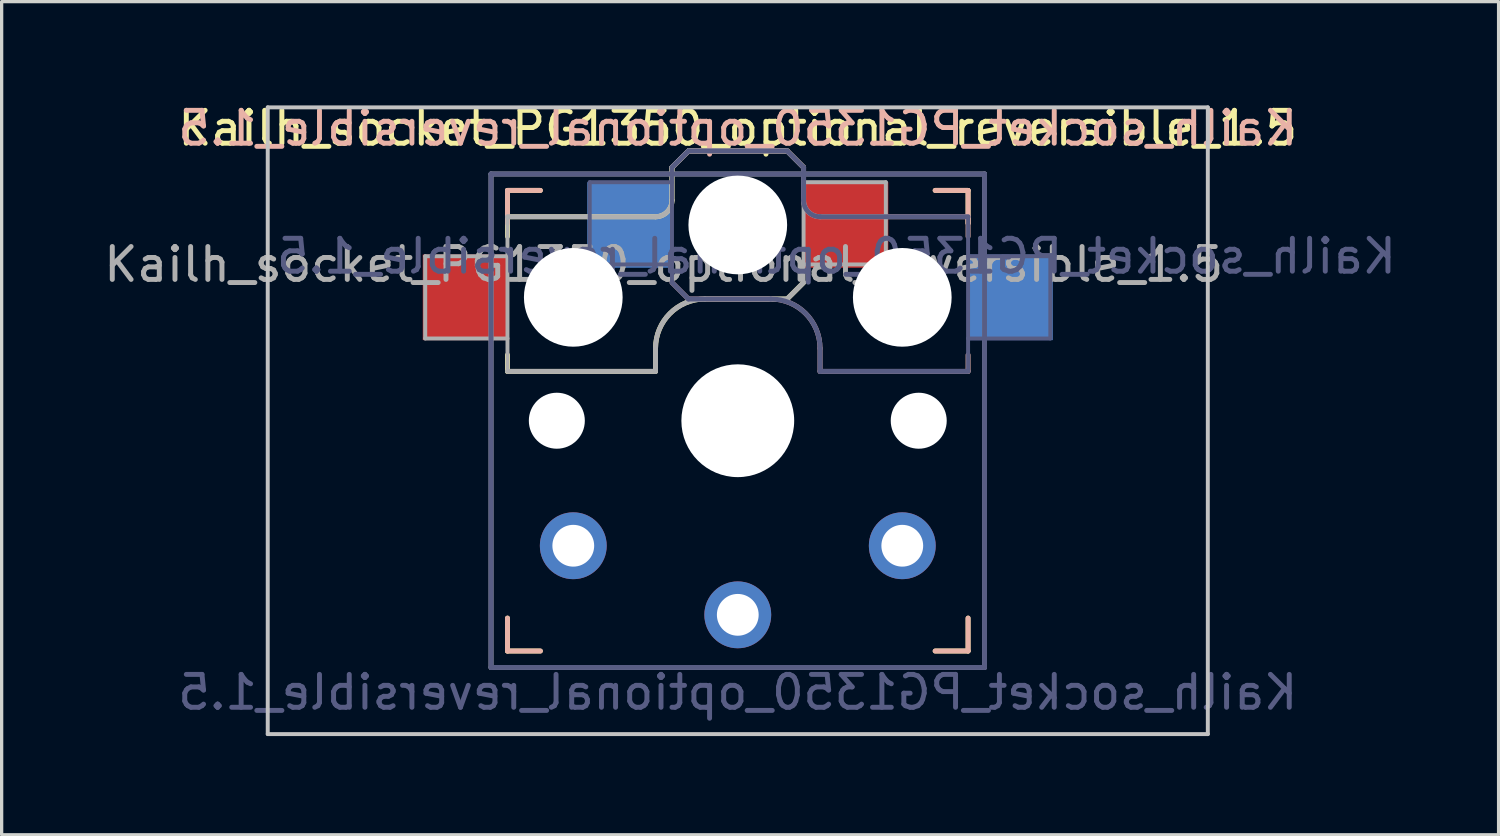
<source format=kicad_pcb>
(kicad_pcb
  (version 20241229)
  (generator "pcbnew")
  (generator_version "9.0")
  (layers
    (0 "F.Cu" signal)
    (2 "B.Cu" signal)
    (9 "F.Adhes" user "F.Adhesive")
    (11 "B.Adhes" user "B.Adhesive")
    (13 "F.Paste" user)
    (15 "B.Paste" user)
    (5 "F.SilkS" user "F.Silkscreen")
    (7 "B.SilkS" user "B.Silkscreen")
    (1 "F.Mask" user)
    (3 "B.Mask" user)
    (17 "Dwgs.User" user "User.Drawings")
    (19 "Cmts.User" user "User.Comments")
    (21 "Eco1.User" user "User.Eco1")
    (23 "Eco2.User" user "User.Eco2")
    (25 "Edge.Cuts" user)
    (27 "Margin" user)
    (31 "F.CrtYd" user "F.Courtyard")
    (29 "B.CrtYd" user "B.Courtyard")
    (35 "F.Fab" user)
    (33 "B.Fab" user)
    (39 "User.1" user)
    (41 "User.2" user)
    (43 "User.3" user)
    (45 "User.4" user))
  (footprint "Kailh_socket_PG1350_optional_reversible_1.5"
    (layer "F.Cu")
    (at 19.375 9.738)
    (property "Reference" "Kailh_socket_PG1350_optional_reversible_1.5" (at 0 -8.89 0) (layer "F.SilkS") (effects (font (size 1 1) (thickness 0.15))))
    (property "Value" "Kailh_socket_PG1350_optional_reversible_1.5" (at 0 8.255 0) (layer "F.Fab") (hide yes) (effects (font (size 1 1) (thickness 0.15))))
    (attr through_hole)
    (fp_line (start -7 -7) (end -6 -7) (stroke (width 0.15) (type solid)) (layer "F.SilkS"))
    (fp_line (start -7 -6.2) (end -2.5 -6.2) (stroke (width 0.15) (type solid)) (layer "F.SilkS"))
    (fp_line (start -7 -6) (end -7 -7) (stroke (width 0.15) (type solid)) (layer "F.SilkS"))
    (fp_line (start -7 -5.6) (end -7 -6.2) (stroke (width 0.15) (type solid)) (layer "F.SilkS"))
    (fp_line (start -7 -1.5) (end -7 -2) (stroke (width 0.15) (type solid)) (layer "F.SilkS"))
    (fp_line (start -7 7) (end -7 6) (stroke (width 0.15) (type solid)) (layer "F.SilkS"))
    (fp_line (start -6 7) (end -7 7) (stroke (width 0.15) (type solid)) (layer "F.SilkS"))
    (fp_line (start -2.5 -2.2) (end -2.5 -1.5) (stroke (width 0.15) (type solid)) (layer "F.SilkS"))
    (fp_line (start -2.5 -1.5) (end -7 -1.5) (stroke (width 0.15) (type solid)) (layer "F.SilkS"))
    (fp_line (start -2 -6.7) (end -2 -7.7) (stroke (width 0.15) (type solid)) (layer "F.SilkS"))
    (fp_line (start -1.5 -8.2) (end -2 -7.7) (stroke (width 0.15) (type solid)) (layer "F.SilkS"))
    (fp_line (start 1.5 -8.2) (end -1.5 -8.2) (stroke (width 0.15) (type solid)) (layer "F.SilkS"))
    (fp_line (start 1.5 -3.7) (end -1 -3.7) (stroke (width 0.15) (type solid)) (layer "F.SilkS"))
    (fp_line (start 2 -7.7) (end 1.5 -8.2) (stroke (width 0.15) (type solid)) (layer "F.SilkS"))
    (fp_line (start 2 -4.2) (end 1.5 -3.7) (stroke (width 0.15) (type solid)) (layer "F.SilkS"))
    (fp_line (start 6 -7) (end 7 -7) (stroke (width 0.15) (type solid)) (layer "F.SilkS"))
    (fp_line (start 7 -7) (end 7 -6) (stroke (width 0.15) (type solid)) (layer "F.SilkS"))
    (fp_line (start 7 6) (end 7 7) (stroke (width 0.15) (type solid)) (layer "F.SilkS"))
    (fp_line (start 7 7) (end 6 7) (stroke (width 0.15) (type solid)) (layer "F.SilkS"))
    (fp_arc (start -2.5 -2.2) (mid -2.06066 -3.26066) (end -1 -3.7) (stroke (width 0.15) (type solid)) (layer "F.SilkS"))
    (fp_arc (start -2 -6.7) (mid -2.146447 -6.346447) (end -2.5 -6.2) (stroke (width 0.15) (type solid)) (layer "F.SilkS"))
    (fp_line (start -7 -7) (end -6 -7) (stroke (width 0.15) (type solid)) (layer "B.SilkS"))
    (fp_line (start -7 -6) (end -7 -7) (stroke (width 0.15) (type solid)) (layer "B.SilkS"))
    (fp_line (start -7 7) (end -7 6) (stroke (width 0.15) (type solid)) (layer "B.SilkS"))
    (fp_line (start -6 7) (end -7 7) (stroke (width 0.15) (type solid)) (layer "B.SilkS"))
    (fp_line (start -2 -7.7) (end -1.5 -8.2) (stroke (width 0.15) (type solid)) (layer "B.SilkS"))
    (fp_line (start -2 -4.2) (end -1.5 -3.7) (stroke (width 0.15) (type solid)) (layer "B.SilkS"))
    (fp_line (start -1.5 -8.2) (end 1.5 -8.2) (stroke (width 0.15) (type solid)) (layer "B.SilkS"))
    (fp_line (start -1.5 -3.7) (end 1 -3.7) (stroke (width 0.15) (type solid)) (layer "B.SilkS"))
    (fp_line (start 1.5 -8.2) (end 2 -7.7) (stroke (width 0.15) (type solid)) (layer "B.SilkS"))
    (fp_line (start 2 -6.7) (end 2 -7.7) (stroke (width 0.15) (type solid)) (layer "B.SilkS"))
    (fp_line (start 2.5 -2.2) (end 2.5 -1.5) (stroke (width 0.15) (type solid)) (layer "B.SilkS"))
    (fp_line (start 2.5 -1.5) (end 7 -1.5) (stroke (width 0.15) (type solid)) (layer "B.SilkS"))
    (fp_line (start 6 -7) (end 7 -7) (stroke (width 0.15) (type solid)) (layer "B.SilkS"))
    (fp_line (start 7 -7) (end 7 -6) (stroke (width 0.15) (type solid)) (layer "B.SilkS"))
    (fp_line (start 7 -6.2) (end 2.5 -6.2) (stroke (width 0.15) (type solid)) (layer "B.SilkS"))
    (fp_line (start 7 -5.6) (end 7 -6.2) (stroke (width 0.15) (type solid)) (layer "B.SilkS"))
    (fp_line (start 7 -1.5) (end 7 -2) (stroke (width 0.15) (type solid)) (layer "B.SilkS"))
    (fp_line (start 7 6) (end 7 7) (stroke (width 0.15) (type solid)) (layer "B.SilkS"))
    (fp_line (start 7 7) (end 6 7) (stroke (width 0.15) (type solid)) (layer "B.SilkS"))
    (fp_arc (start 1 -3.7) (mid 2.06066 -3.26066) (end 2.5 -2.2) (stroke (width 0.15) (type solid)) (layer "B.SilkS"))
    (fp_arc (start 2.5 -6.2) (mid 2.146447 -6.346447) (end 2 -6.7) (stroke (width 0.15) (type solid)) (layer "B.SilkS"))
    (fp_line (start -14.287 -9.525) (end 14.287 -9.525) (stroke (width 0.12) (type solid)) (layer "Dwgs.User"))
    (fp_line (start -14.287 9.525) (end -14.287 -9.525) (stroke (width 0.12) (type solid)) (layer "Dwgs.User"))
    (fp_line (start 14.287 -9.525) (end 14.287 9.525) (stroke (width 0.12) (type solid)) (layer "Dwgs.User"))
    (fp_line (start 14.287 9.525) (end -14.287 9.525) (stroke (width 0.12) (type solid)) (layer "Dwgs.User"))
    (fp_line (start -6.9 6.9) (end -6.9 -6.9) (stroke (width 0.15) (type solid)) (layer "Eco2.User"))
    (fp_line (start -6.9 6.9) (end 6.9 6.9) (stroke (width 0.15) (type solid)) (layer "Eco2.User"))
    (fp_line (start -2.6 -3.1) (end -2.6 -6.3) (stroke (width 0.15) (type solid)) (layer "Eco2.User"))
    (fp_line (start -2.6 -3.1) (end 2.6 -3.1) (stroke (width 0.15) (type solid)) (layer "Eco2.User"))
    (fp_line (start 2.6 -6.3) (end -2.6 -6.3) (stroke (width 0.15) (type solid)) (layer "Eco2.User"))
    (fp_line (start 2.6 -3.1) (end 2.6 -6.3) (stroke (width 0.15) (type solid)) (layer "Eco2.User"))
    (fp_line (start 6.9 -6.9) (end -6.9 -6.9) (stroke (width 0.15) (type solid)) (layer "Eco2.User"))
    (fp_line (start 6.9 -6.9) (end 6.9 6.9) (stroke (width 0.15) (type solid)) (layer "Eco2.User"))
    (fp_line (start -7.5 -7.5) (end 7.5 -7.5) (stroke (width 0.15) (type solid)) (layer "B.Fab"))
    (fp_line (start -7.5 7.5) (end -7.5 -7.5) (stroke (width 0.15) (type solid)) (layer "B.Fab"))
    (fp_line (start -4.5 -7.25) (end -2 -7.25) (stroke (width 0.12) (type solid)) (layer "B.Fab"))
    (fp_line (start -4.5 -4.75) (end -4.5 -7.25) (stroke (width 0.12) (type solid)) (layer "B.Fab"))
    (fp_line (start -2 -7.7) (end -1.5 -8.2) (stroke (width 0.15) (type solid)) (layer "B.Fab"))
    (fp_line (start -2 -4.75) (end -4.5 -4.75) (stroke (width 0.12) (type solid)) (layer "B.Fab"))
    (fp_line (start -2 -4.25) (end -2 -7.7) (stroke (width 0.12) (type solid)) (layer "B.Fab"))
    (fp_line (start -2 -4.2) (end -1.5 -3.7) (stroke (width 0.15) (type solid)) (layer "B.Fab"))
    (fp_line (start -1.5 -8.2) (end 1.5 -8.2) (stroke (width 0.15) (type solid)) (layer "B.Fab"))
    (fp_line (start -1.5 -3.7) (end 1 -3.7) (stroke (width 0.15) (type solid)) (layer "B.Fab"))
    (fp_line (start 1.5 -8.2) (end 2 -7.7) (stroke (width 0.15) (type solid)) (layer "B.Fab"))
    (fp_line (start 2 -6.7) (end 2 -7.7) (stroke (width 0.15) (type solid)) (layer "B.Fab"))
    (fp_line (start 2.5 -2.2) (end 2.5 -1.5) (stroke (width 0.15) (type solid)) (layer "B.Fab"))
    (fp_line (start 2.5 -1.5) (end 7 -1.5) (stroke (width 0.15) (type solid)) (layer "B.Fab"))
    (fp_line (start 7 -6.2) (end 2.5 -6.2) (stroke (width 0.15) (type solid)) (layer "B.Fab"))
    (fp_line (start 7 -5) (end 9.5 -5) (stroke (width 0.12) (type solid)) (layer "B.Fab"))
    (fp_line (start 7 -1.5) (end 7 -6.2) (stroke (width 0.12) (type solid)) (layer "B.Fab"))
    (fp_line (start 7.5 -7.5) (end 7.5 7.5) (stroke (width 0.15) (type solid)) (layer "B.Fab"))
    (fp_line (start 7.5 7.5) (end -7.5 7.5) (stroke (width 0.15) (type solid)) (layer "B.Fab"))
    (fp_line (start 9.5 -5) (end 9.5 -2.5) (stroke (width 0.12) (type solid)) (layer "B.Fab"))
    (fp_line (start 9.5 -2.5) (end 7 -2.5) (stroke (width 0.12) (type solid)) (layer "B.Fab"))
    (fp_arc (start 1 -3.7) (mid 2.06066 -3.26066) (end 2.5 -2.2) (stroke (width 0.15) (type solid)) (layer "B.Fab"))
    (fp_arc (start 2.5 -6.2) (mid 2.146447 -6.346447) (end 2 -6.7) (stroke (width 0.15) (type solid)) (layer "B.Fab"))
    (fp_line (start -9.5 -5) (end -9.5 -2.5) (stroke (width 0.12) (type solid)) (layer "F.Fab"))
    (fp_line (start -9.5 -2.5) (end -7 -2.5) (stroke (width 0.12) (type solid)) (layer "F.Fab"))
    (fp_line (start -7.5 -7.5) (end 7.5 -7.5) (stroke (width 0.15) (type solid)) (layer "F.Fab"))
    (fp_line (start -7.5 7.5) (end -7.5 -7.5) (stroke (width 0.15) (type solid)) (layer "F.Fab"))
    (fp_line (start -7 -6.2) (end -2.5 -6.2) (stroke (width 0.15) (type solid)) (layer "F.Fab"))
    (fp_line (start -7 -5) (end -9.5 -5) (stroke (width 0.12) (type solid)) (layer "F.Fab"))
    (fp_line (start -7 -1.5) (end -7 -6.2) (stroke (width 0.12) (type solid)) (layer "F.Fab"))
    (fp_line (start -2.5 -2.2) (end -2.5 -1.5) (stroke (width 0.15) (type solid)) (layer "F.Fab"))
    (fp_line (start -2.5 -1.5) (end -7 -1.5) (stroke (width 0.15) (type solid)) (layer "F.Fab"))
    (fp_line (start -2 -6.7) (end -2 -7.7) (stroke (width 0.15) (type solid)) (layer "F.Fab"))
    (fp_line (start -1.5 -8.2) (end -2 -7.7) (stroke (width 0.15) (type solid)) (layer "F.Fab"))
    (fp_line (start 1.5 -8.2) (end -1.5 -8.2) (stroke (width 0.15) (type solid)) (layer "F.Fab"))
    (fp_line (start 1.5 -3.7) (end -1 -3.7) (stroke (width 0.15) (type solid)) (layer "F.Fab"))
    (fp_line (start 2 -7.7) (end 1.5 -8.2) (stroke (width 0.15) (type solid)) (layer "F.Fab"))
    (fp_line (start 2 -4.75) (end 4.5 -4.75) (stroke (width 0.12) (type solid)) (layer "F.Fab"))
    (fp_line (start 2 -4.25) (end 2 -7.7) (stroke (width 0.12) (type solid)) (layer "F.Fab"))
    (fp_line (start 2 -4.2) (end 1.5 -3.7) (stroke (width 0.15) (type solid)) (layer "F.Fab"))
    (fp_line (start 4.5 -7.25) (end 2 -7.25) (stroke (width 0.12) (type solid)) (layer "F.Fab"))
    (fp_line (start 4.5 -4.75) (end 4.5 -7.25) (stroke (width 0.12) (type solid)) (layer "F.Fab"))
    (fp_line (start 7.5 -7.5) (end 7.5 7.5) (stroke (width 0.15) (type solid)) (layer "F.Fab"))
    (fp_line (start 7.5 7.5) (end -7.5 7.5) (stroke (width 0.15) (type solid)) (layer "F.Fab"))
    (fp_arc (start -2.5 -2.2) (mid -2.06066 -3.26066) (end -1 -3.7) (stroke (width 0.15) (type solid)) (layer "F.Fab"))
    (fp_arc (start -2 -6.7) (mid -2.146447 -6.346447) (end -2.5 -6.2) (stroke (width 0.15) (type solid)) (layer "F.Fab"))
    (fp_text user "${REFERENCE}" (at 0 -8.89 0) (layer "B.SilkS") (effects (font (size 1 1) (thickness 0.15)) (justify mirror)))
    (fp_text user "${REFERENCE}" (at 3 -5 180) (layer "B.Fab") (effects (font (size 1 1) (thickness 0.15)) (justify mirror)))
    (fp_text user "${VALUE}" (at 0 8.255 0) (layer "B.Fab") (effects (font (size 1 1) (thickness 0.15)) (justify mirror)))
    (fp_text user "${REFERENCE}" (at -2.25 -4.75 0) (layer "F.Fab") (effects (font (size 1 1) (thickness 0.15))))
    (pad "" np_thru_hole circle (at -5.5 0) (size 1.702 1.702) (drill 1.702) (layers "*.Cu" "*.Mask"))
    (pad "" np_thru_hole circle (at -5 -3.75) (size 3 3) (drill 3) (layers "*.Cu" "*.Mask"))
    (pad "" np_thru_hole circle (at 0 -5.95) (size 3 3) (drill 3) (layers "*.Cu" "*.Mask"))
    (pad "" np_thru_hole circle (at 0 0) (size 3.429 3.429) (drill 3.429) (layers "*.Cu" "*.Mask"))
    (pad "" np_thru_hole circle (at 5 -3.75) (size 3 3) (drill 3) (layers "*.Cu" "*.Mask"))
    (pad "" np_thru_hole circle (at 5.5 0) (size 1.702 1.702) (drill 1.702) (layers "*.Cu" "*.Mask"))
    (pad "1" smd rect (at -3.275 -5.95) (size 2.6 2.6) (layers "B.Cu" "B.Mask" "B.Paste"))
    (pad "1" thru_hole circle (at 0 5.9) (size 2.032 2.032) (drill 1.27) (layers "*.Cu" "*.Mask"))
    (pad "1" smd rect (at 3.275 -5.95) (size 2.6 2.6) (layers "F.Cu" "F.Mask" "F.Paste"))
    (pad "2" smd rect (at -8.275 -3.75) (size 2.6 2.6) (layers "F.Cu" "F.Mask" "F.Paste"))
    (pad "2" thru_hole circle (at -5 3.8) (size 2.032 2.032) (drill 1.27) (layers "*.Cu" "*.Mask"))
    (pad "2" thru_hole circle (at 5 3.8) (size 2.032 2.032) (drill 1.27) (layers "*.Cu" "*.Mask"))
    (pad "2" smd rect (at 8.275 -3.75) (size 2.6 2.6) (layers "B.Cu" "B.Mask" "B.Paste")))
  (gr_rect
    (start -3 -3)
    (end 42.5 22.323)
    (stroke (width 0.1) (type default))
    (fill no)
    (layer "Edge.Cuts")))
</source>
